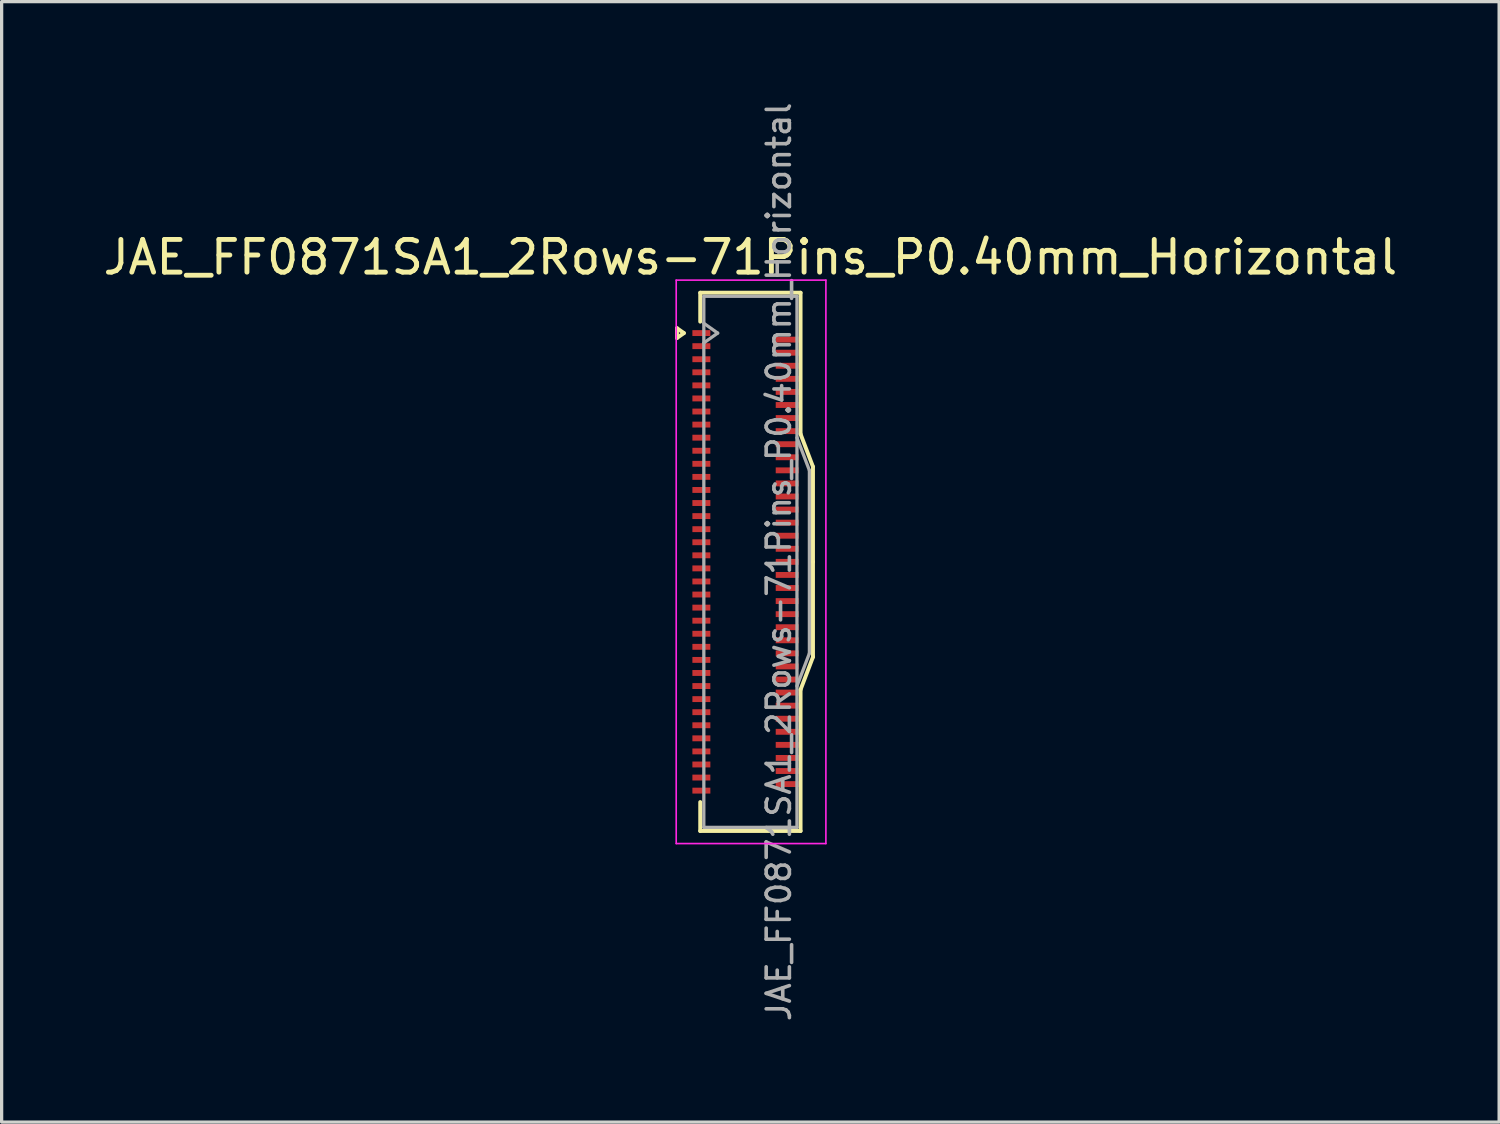
<source format=kicad_pcb>
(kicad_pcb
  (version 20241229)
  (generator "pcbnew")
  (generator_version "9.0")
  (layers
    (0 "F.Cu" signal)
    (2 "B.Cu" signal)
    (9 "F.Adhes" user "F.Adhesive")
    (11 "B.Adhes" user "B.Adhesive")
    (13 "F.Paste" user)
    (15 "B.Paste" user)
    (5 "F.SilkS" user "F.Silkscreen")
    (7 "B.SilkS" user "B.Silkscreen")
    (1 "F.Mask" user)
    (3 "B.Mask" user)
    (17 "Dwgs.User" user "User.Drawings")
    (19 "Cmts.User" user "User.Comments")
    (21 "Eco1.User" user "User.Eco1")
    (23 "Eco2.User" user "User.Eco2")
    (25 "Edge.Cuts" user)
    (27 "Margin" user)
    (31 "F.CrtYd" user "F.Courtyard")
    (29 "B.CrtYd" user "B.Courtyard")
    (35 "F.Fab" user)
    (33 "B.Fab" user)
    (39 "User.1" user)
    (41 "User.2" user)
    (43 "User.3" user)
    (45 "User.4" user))
  (footprint "JAE_FF0871SA1_2Rows-71Pins_P0.40mm_Horizontal"
    (layer "F.Cu")
    (at 19.761 14.142)
    (property "Reference" "JAE_FF0871SA1_2Rows-71Pins_P0.40mm_Horizontal" (at 0.15 -9.32 0) (layer "F.SilkS") (effects (font (size 1 1) (thickness 0.15))))
    (attr smd)
    (fp_line (start -2.097 -7.15) (end -1.885 -7) (stroke (width 0.12) (type solid)) (layer "F.SilkS"))
    (fp_line (start -2.097 -6.85) (end -2.097 -7.15) (stroke (width 0.12) (type solid)) (layer "F.SilkS"))
    (fp_line (start -1.885 -7) (end -2.097 -6.85) (stroke (width 0.12) (type solid)) (layer "F.SilkS"))
    (fp_line (start -1.385 -8.235) (end 1.685 -8.235) (stroke (width 0.12) (type solid)) (layer "F.SilkS"))
    (fp_line (start -1.385 -7.35) (end -1.385 -8.235) (stroke (width 0.12) (type solid)) (layer "F.SilkS"))
    (fp_line (start -1.385 7.35) (end -1.385 8.235) (stroke (width 0.12) (type solid)) (layer "F.SilkS"))
    (fp_line (start -1.385 8.235) (end 1.685 8.235) (stroke (width 0.12) (type solid)) (layer "F.SilkS"))
    (fp_line (start 1.685 -8.235) (end 1.685 -3.91) (stroke (width 0.12) (type solid)) (layer "F.SilkS"))
    (fp_line (start 1.685 -3.91) (end 2.065 -2.91) (stroke (width 0.12) (type solid)) (layer "F.SilkS"))
    (fp_line (start 1.685 3.91) (end 2.065 2.91) (stroke (width 0.12) (type solid)) (layer "F.SilkS"))
    (fp_line (start 1.685 8.235) (end 1.685 3.91) (stroke (width 0.12) (type solid)) (layer "F.SilkS"))
    (fp_line (start 2.065 -2.91) (end 2.065 0) (stroke (width 0.12) (type solid)) (layer "F.SilkS"))
    (fp_line (start 2.065 2.91) (end 2.065 0) (stroke (width 0.12) (type solid)) (layer "F.SilkS"))
    (fp_line (start -2.12 -8.62) (end -2.12 8.62) (stroke (width 0.05) (type solid)) (layer "F.CrtYd"))
    (fp_line (start -2.12 8.62) (end 2.46 8.62) (stroke (width 0.05) (type solid)) (layer "F.CrtYd"))
    (fp_line (start 2.46 -8.62) (end -2.12 -8.62) (stroke (width 0.05) (type solid)) (layer "F.CrtYd"))
    (fp_line (start 2.46 8.62) (end 2.46 -8.62) (stroke (width 0.05) (type solid)) (layer "F.CrtYd"))
    (fp_line (start -1.275 -8.125) (end -1.275 8.125) (stroke (width 0.1) (type solid)) (layer "F.Fab"))
    (fp_line (start -1.275 -7.3) (end -0.851 -7) (stroke (width 0.1) (type solid)) (layer "F.Fab"))
    (fp_line (start -1.275 8.125) (end 1.575 8.125) (stroke (width 0.1) (type solid)) (layer "F.Fab"))
    (fp_line (start -0.851 -7) (end -1.275 -6.7) (stroke (width 0.1) (type solid)) (layer "F.Fab"))
    (fp_line (start 1.575 -8.125) (end -1.275 -8.125) (stroke (width 0.1) (type solid)) (layer "F.Fab"))
    (fp_line (start 1.575 -3.8) (end 1.955 -2.8) (stroke (width 0.1) (type solid)) (layer "F.Fab"))
    (fp_line (start 1.575 8.125) (end 1.575 -8.125) (stroke (width 0.1) (type solid)) (layer "F.Fab"))
    (fp_line (start 1.955 -2.8) (end 1.955 2.8) (stroke (width 0.1) (type solid)) (layer "F.Fab"))
    (fp_line (start 1.955 2.8) (end 1.575 3.8) (stroke (width 0.1) (type solid)) (layer "F.Fab"))
    (fp_text user "${REFERENCE}" (at 1.02 0 90) (layer "F.Fab") (effects (font (size 0.71 0.71) (thickness 0.11))))
    (pad "1" smd rect (at -1.35 -7) (size 0.55 0.18) (layers "F.Cu" "F.Mask" "F.Paste"))
    (pad "2" smd rect (at 1.275 -6.8) (size 0.7 0.18) (layers "F.Cu" "F.Mask" "F.Paste"))
    (pad "3" smd rect (at -1.35 -6.6) (size 0.55 0.18) (layers "F.Cu" "F.Mask" "F.Paste"))
    (pad "4" smd rect (at 1.275 -6.4) (size 0.7 0.18) (layers "F.Cu" "F.Mask" "F.Paste"))
    (pad "5" smd rect (at -1.35 -6.2) (size 0.55 0.18) (layers "F.Cu" "F.Mask" "F.Paste"))
    (pad "6" smd rect (at 1.275 -6) (size 0.7 0.18) (layers "F.Cu" "F.Mask" "F.Paste"))
    (pad "7" smd rect (at -1.35 -5.8) (size 0.55 0.18) (layers "F.Cu" "F.Mask" "F.Paste"))
    (pad "8" smd rect (at 1.275 -5.6) (size 0.7 0.18) (layers "F.Cu" "F.Mask" "F.Paste"))
    (pad "9" smd rect (at -1.35 -5.4) (size 0.55 0.18) (layers "F.Cu" "F.Mask" "F.Paste"))
    (pad "10" smd rect (at 1.275 -5.2) (size 0.7 0.18) (layers "F.Cu" "F.Mask" "F.Paste"))
    (pad "11" smd rect (at -1.35 -5) (size 0.55 0.18) (layers "F.Cu" "F.Mask" "F.Paste"))
    (pad "12" smd rect (at 1.275 -4.8) (size 0.7 0.18) (layers "F.Cu" "F.Mask" "F.Paste"))
    (pad "13" smd rect (at -1.35 -4.6) (size 0.55 0.18) (layers "F.Cu" "F.Mask" "F.Paste"))
    (pad "14" smd rect (at 1.275 -4.4) (size 0.7 0.18) (layers "F.Cu" "F.Mask" "F.Paste"))
    (pad "15" smd rect (at -1.35 -4.2) (size 0.55 0.18) (layers "F.Cu" "F.Mask" "F.Paste"))
    (pad "16" smd rect (at 1.275 -4) (size 0.7 0.18) (layers "F.Cu" "F.Mask" "F.Paste"))
    (pad "17" smd rect (at -1.35 -3.8) (size 0.55 0.18) (layers "F.Cu" "F.Mask" "F.Paste"))
    (pad "18" smd rect (at 1.275 -3.6) (size 0.7 0.18) (layers "F.Cu" "F.Mask" "F.Paste"))
    (pad "19" smd rect (at -1.35 -3.4) (size 0.55 0.18) (layers "F.Cu" "F.Mask" "F.Paste"))
    (pad "20" smd rect (at 1.275 -3.2) (size 0.7 0.18) (layers "F.Cu" "F.Mask" "F.Paste"))
    (pad "21" smd rect (at -1.35 -3) (size 0.55 0.18) (layers "F.Cu" "F.Mask" "F.Paste"))
    (pad "22" smd rect (at 1.275 -2.8) (size 0.7 0.18) (layers "F.Cu" "F.Mask" "F.Paste"))
    (pad "23" smd rect (at -1.35 -2.6) (size 0.55 0.18) (layers "F.Cu" "F.Mask" "F.Paste"))
    (pad "24" smd rect (at 1.275 -2.4) (size 0.7 0.18) (layers "F.Cu" "F.Mask" "F.Paste"))
    (pad "25" smd rect (at -1.35 -2.2) (size 0.55 0.18) (layers "F.Cu" "F.Mask" "F.Paste"))
    (pad "26" smd rect (at 1.275 -2) (size 0.7 0.18) (layers "F.Cu" "F.Mask" "F.Paste"))
    (pad "27" smd rect (at -1.35 -1.8) (size 0.55 0.18) (layers "F.Cu" "F.Mask" "F.Paste"))
    (pad "28" smd rect (at 1.275 -1.6) (size 0.7 0.18) (layers "F.Cu" "F.Mask" "F.Paste"))
    (pad "29" smd rect (at -1.35 -1.4) (size 0.55 0.18) (layers "F.Cu" "F.Mask" "F.Paste"))
    (pad "30" smd rect (at 1.275 -1.2) (size 0.7 0.18) (layers "F.Cu" "F.Mask" "F.Paste"))
    (pad "31" smd rect (at -1.35 -1) (size 0.55 0.18) (layers "F.Cu" "F.Mask" "F.Paste"))
    (pad "32" smd rect (at 1.275 -0.8) (size 0.7 0.18) (layers "F.Cu" "F.Mask" "F.Paste"))
    (pad "33" smd rect (at -1.35 -0.6) (size 0.55 0.18) (layers "F.Cu" "F.Mask" "F.Paste"))
    (pad "34" smd rect (at 1.275 -0.4) (size 0.7 0.18) (layers "F.Cu" "F.Mask" "F.Paste"))
    (pad "35" smd rect (at -1.35 -0.2) (size 0.55 0.18) (layers "F.Cu" "F.Mask" "F.Paste"))
    (pad "36" smd rect (at 1.275 0) (size 0.7 0.18) (layers "F.Cu" "F.Mask" "F.Paste"))
    (pad "37" smd rect (at -1.35 0.2) (size 0.55 0.18) (layers "F.Cu" "F.Mask" "F.Paste"))
    (pad "38" smd rect (at 1.275 0.4) (size 0.7 0.18) (layers "F.Cu" "F.Mask" "F.Paste"))
    (pad "39" smd rect (at -1.35 0.6) (size 0.55 0.18) (layers "F.Cu" "F.Mask" "F.Paste"))
    (pad "40" smd rect (at 1.275 0.8) (size 0.7 0.18) (layers "F.Cu" "F.Mask" "F.Paste"))
    (pad "41" smd rect (at -1.35 1) (size 0.55 0.18) (layers "F.Cu" "F.Mask" "F.Paste"))
    (pad "42" smd rect (at 1.275 1.2) (size 0.7 0.18) (layers "F.Cu" "F.Mask" "F.Paste"))
    (pad "43" smd rect (at -1.35 1.4) (size 0.55 0.18) (layers "F.Cu" "F.Mask" "F.Paste"))
    (pad "44" smd rect (at 1.275 1.6) (size 0.7 0.18) (layers "F.Cu" "F.Mask" "F.Paste"))
    (pad "45" smd rect (at -1.35 1.8) (size 0.55 0.18) (layers "F.Cu" "F.Mask" "F.Paste"))
    (pad "46" smd rect (at 1.275 2) (size 0.7 0.18) (layers "F.Cu" "F.Mask" "F.Paste"))
    (pad "47" smd rect (at -1.35 2.2) (size 0.55 0.18) (layers "F.Cu" "F.Mask" "F.Paste"))
    (pad "48" smd rect (at 1.275 2.4) (size 0.7 0.18) (layers "F.Cu" "F.Mask" "F.Paste"))
    (pad "49" smd rect (at -1.35 2.6) (size 0.55 0.18) (layers "F.Cu" "F.Mask" "F.Paste"))
    (pad "50" smd rect (at 1.275 2.8) (size 0.7 0.18) (layers "F.Cu" "F.Mask" "F.Paste"))
    (pad "51" smd rect (at -1.35 3) (size 0.55 0.18) (layers "F.Cu" "F.Mask" "F.Paste"))
    (pad "52" smd rect (at 1.275 3.2) (size 0.7 0.18) (layers "F.Cu" "F.Mask" "F.Paste"))
    (pad "53" smd rect (at -1.35 3.4) (size 0.55 0.18) (layers "F.Cu" "F.Mask" "F.Paste"))
    (pad "54" smd rect (at 1.275 3.6) (size 0.7 0.18) (layers "F.Cu" "F.Mask" "F.Paste"))
    (pad "55" smd rect (at -1.35 3.8) (size 0.55 0.18) (layers "F.Cu" "F.Mask" "F.Paste"))
    (pad "56" smd rect (at 1.275 4) (size 0.7 0.18) (layers "F.Cu" "F.Mask" "F.Paste"))
    (pad "57" smd rect (at -1.35 4.2) (size 0.55 0.18) (layers "F.Cu" "F.Mask" "F.Paste"))
    (pad "58" smd rect (at 1.275 4.4) (size 0.7 0.18) (layers "F.Cu" "F.Mask" "F.Paste"))
    (pad "59" smd rect (at -1.35 4.6) (size 0.55 0.18) (layers "F.Cu" "F.Mask" "F.Paste"))
    (pad "60" smd rect (at 1.275 4.8) (size 0.7 0.18) (layers "F.Cu" "F.Mask" "F.Paste"))
    (pad "61" smd rect (at -1.35 5) (size 0.55 0.18) (layers "F.Cu" "F.Mask" "F.Paste"))
    (pad "62" smd rect (at 1.275 5.2) (size 0.7 0.18) (layers "F.Cu" "F.Mask" "F.Paste"))
    (pad "63" smd rect (at -1.35 5.4) (size 0.55 0.18) (layers "F.Cu" "F.Mask" "F.Paste"))
    (pad "64" smd rect (at 1.275 5.6) (size 0.7 0.18) (layers "F.Cu" "F.Mask" "F.Paste"))
    (pad "65" smd rect (at -1.35 5.8) (size 0.55 0.18) (layers "F.Cu" "F.Mask" "F.Paste"))
    (pad "66" smd rect (at 1.275 6) (size 0.7 0.18) (layers "F.Cu" "F.Mask" "F.Paste"))
    (pad "67" smd rect (at -1.35 6.2) (size 0.55 0.18) (layers "F.Cu" "F.Mask" "F.Paste"))
    (pad "68" smd rect (at 1.275 6.4) (size 0.7 0.18) (layers "F.Cu" "F.Mask" "F.Paste"))
    (pad "69" smd rect (at -1.35 6.6) (size 0.55 0.18) (layers "F.Cu" "F.Mask" "F.Paste"))
    (pad "70" smd rect (at 1.275 6.8) (size 0.7 0.18) (layers "F.Cu" "F.Mask" "F.Paste"))
    (pad "71" smd rect (at -1.35 7) (size 0.55 0.18) (layers "F.Cu" "F.Mask" "F.Paste")))
  (gr_rect
    (start -3 -3)
    (end 42.821 31.284)
    (stroke (width 0.1) (type default))
    (fill no)
    (layer "Edge.Cuts")))
</source>
